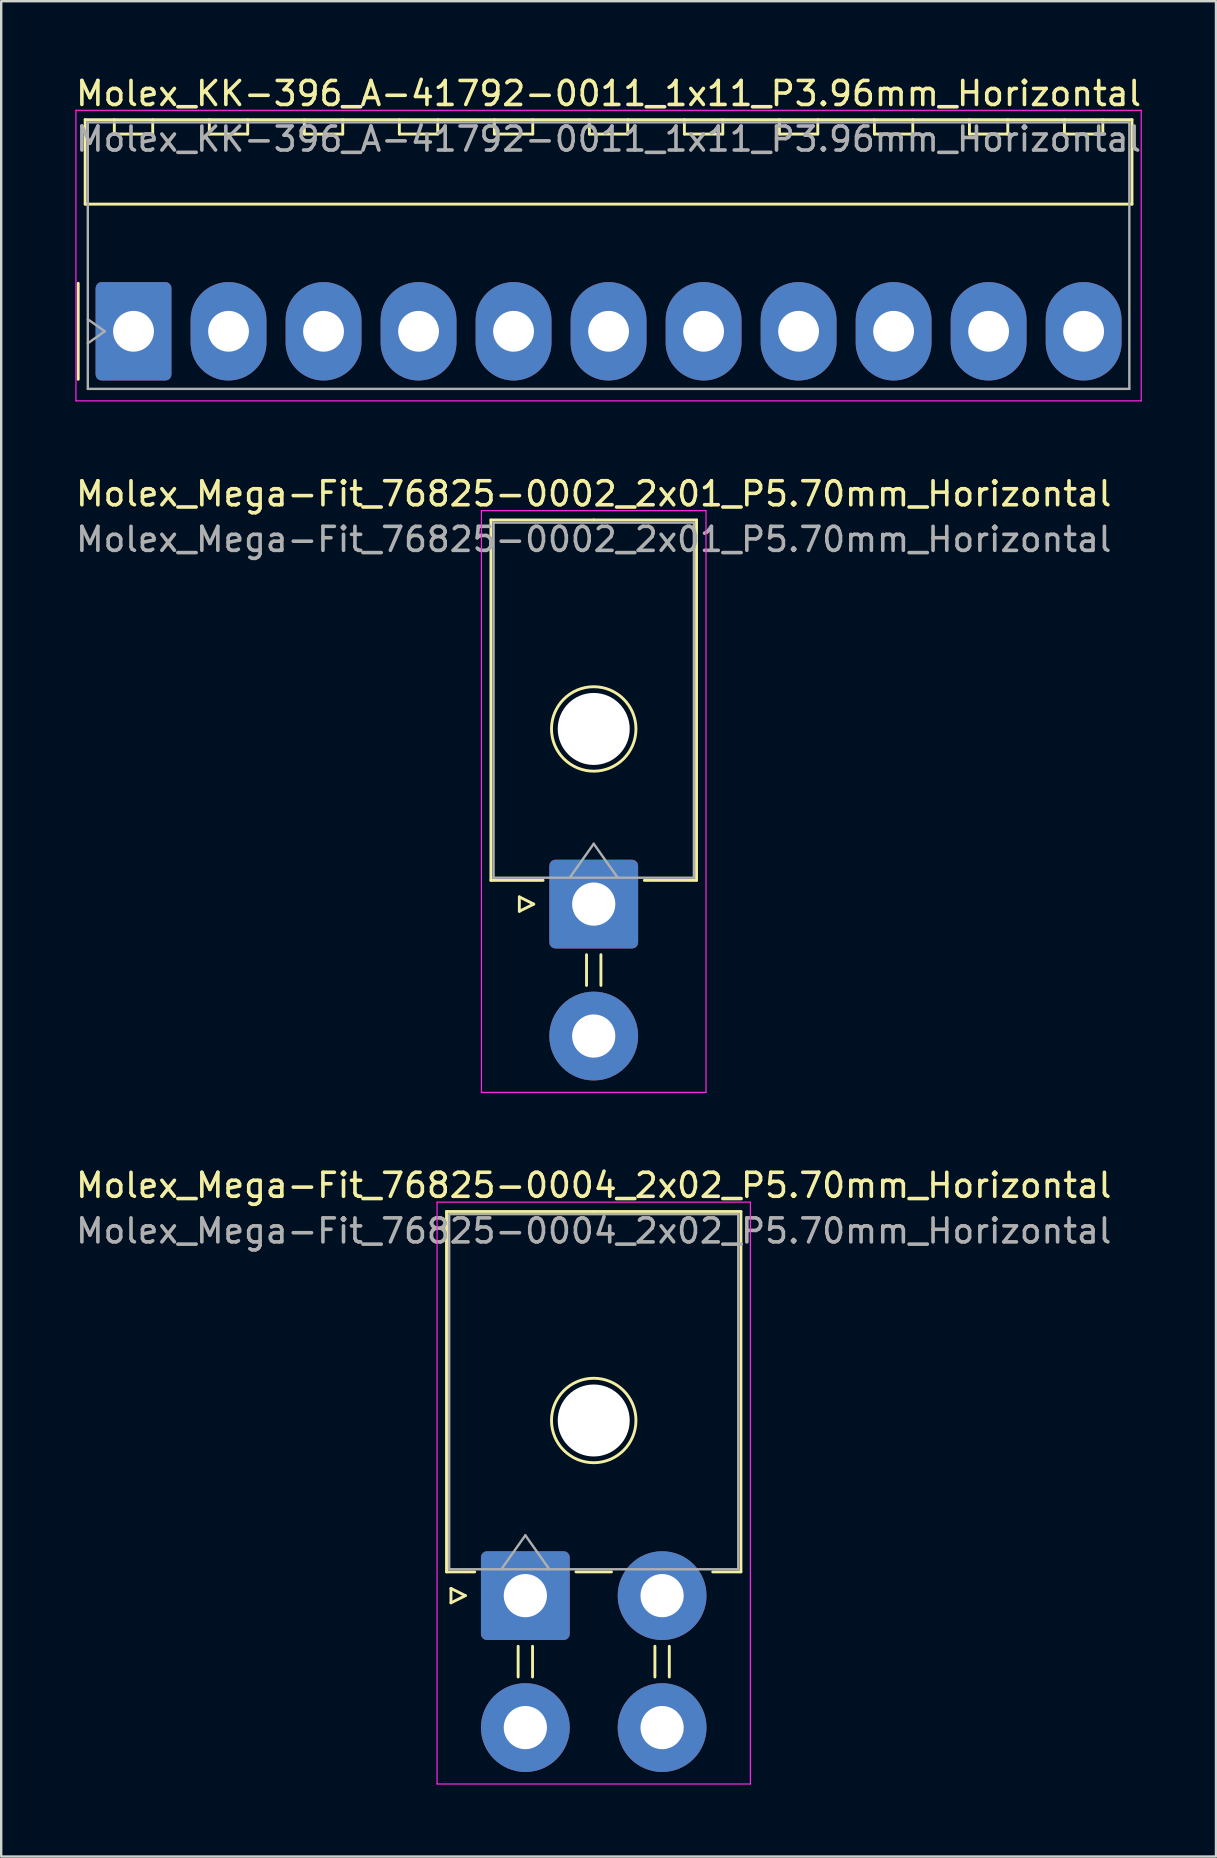
<source format=kicad_pcb>
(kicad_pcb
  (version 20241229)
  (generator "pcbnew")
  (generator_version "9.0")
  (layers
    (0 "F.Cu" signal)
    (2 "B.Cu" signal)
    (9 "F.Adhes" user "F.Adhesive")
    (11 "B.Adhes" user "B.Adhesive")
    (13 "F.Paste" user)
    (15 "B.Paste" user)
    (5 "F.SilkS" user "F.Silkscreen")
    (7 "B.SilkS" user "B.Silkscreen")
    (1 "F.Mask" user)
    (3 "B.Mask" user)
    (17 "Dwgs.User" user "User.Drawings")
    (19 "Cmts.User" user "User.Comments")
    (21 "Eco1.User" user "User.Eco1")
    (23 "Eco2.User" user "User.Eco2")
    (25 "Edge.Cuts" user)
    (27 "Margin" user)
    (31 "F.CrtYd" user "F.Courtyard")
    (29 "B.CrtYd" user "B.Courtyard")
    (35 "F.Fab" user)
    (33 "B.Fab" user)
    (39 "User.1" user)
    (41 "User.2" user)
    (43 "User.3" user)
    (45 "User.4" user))
  (footprint "Molex_Mega-Fit_76825-0002_2x01_P5.70mm_Horizontal"
    (layer "F.Cu")
    (at 21.696 34.632)
    (property "Reference" "Molex_Mega-Fit_76825-0002_2x01_P5.70mm_Horizontal" (at 0 -17.1 0) (layer "F.SilkS") (effects (font (size 1 1) (thickness 0.15))))
    (attr through_hole)
    (fp_line (start -4.285 -16.01) (end -4.285 -0.99) (stroke (width 0.12) (type solid)) (layer "F.SilkS"))
    (fp_line (start -4.285 -0.99) (end -2.11 -0.99) (stroke (width 0.12) (type solid)) (layer "F.SilkS"))
    (fp_line (start -3.1 -0.3) (end -2.5 0) (stroke (width 0.12) (type solid)) (layer "F.SilkS"))
    (fp_line (start -3.1 0.3) (end -3.1 -0.3) (stroke (width 0.12) (type solid)) (layer "F.SilkS"))
    (fp_line (start -2.5 0) (end -3.1 0.3) (stroke (width 0.12) (type solid)) (layer "F.SilkS"))
    (fp_line (start -0.3 2.11) (end -0.3 3.39) (stroke (width 0.12) (type solid)) (layer "F.SilkS"))
    (fp_line (start 0 -16.01) (end -4.285 -16.01) (stroke (width 0.12) (type solid)) (layer "F.SilkS"))
    (fp_line (start 0 -16.01) (end 4.285 -16.01) (stroke (width 0.12) (type solid)) (layer "F.SilkS"))
    (fp_line (start 0.3 2.11) (end 0.3 3.39) (stroke (width 0.12) (type solid)) (layer "F.SilkS"))
    (fp_line (start 4.285 -16.01) (end 4.285 -0.99) (stroke (width 0.12) (type solid)) (layer "F.SilkS"))
    (fp_line (start 4.285 -0.99) (end 2.11 -0.99) (stroke (width 0.12) (type solid)) (layer "F.SilkS"))
    (fp_circle (center 0 -7.3) (end 1.76 -7.3) (stroke (width 0.12) (type solid)) (fill no) (layer "F.SilkS"))
    (fp_line (start -4.68 -16.4) (end -4.68 7.85) (stroke (width 0.05) (type solid)) (layer "F.CrtYd"))
    (fp_line (start -4.68 7.85) (end 4.68 7.85) (stroke (width 0.05) (type solid)) (layer "F.CrtYd"))
    (fp_line (start 4.68 -16.4) (end -4.68 -16.4) (stroke (width 0.05) (type solid)) (layer "F.CrtYd"))
    (fp_line (start 4.68 7.85) (end 4.68 -16.4) (stroke (width 0.05) (type solid)) (layer "F.CrtYd"))
    (fp_line (start -4.175 -15.9) (end -4.175 -1.1) (stroke (width 0.1) (type solid)) (layer "F.Fab"))
    (fp_line (start -4.175 -1.1) (end 4.175 -1.1) (stroke (width 0.1) (type solid)) (layer "F.Fab"))
    (fp_line (start -1 -1.1) (end 0 -2.514) (stroke (width 0.1) (type solid)) (layer "F.Fab"))
    (fp_line (start 0 -2.514) (end 1 -1.1) (stroke (width 0.1) (type solid)) (layer "F.Fab"))
    (fp_line (start 4.175 -15.9) (end -4.175 -15.9) (stroke (width 0.1) (type solid)) (layer "F.Fab"))
    (fp_line (start 4.175 -1.1) (end 4.175 -15.9) (stroke (width 0.1) (type solid)) (layer "F.Fab"))
    (fp_text user "${REFERENCE}" (at 0 -15.2 0) (layer "F.Fab") (effects (font (size 1 1) (thickness 0.15))))
    (pad "" np_thru_hole circle (at 0 -7.3) (size 3 3) (drill 3) (layers "*.Cu" "*.Mask"))
    (pad "1" thru_hole roundrect (at 0 0) (size 3.7 3.7) (drill 1.8) (layers "*.Cu" "*.Mask") (roundrect_rratio 0.068))
    (pad "2" thru_hole circle (at 0 5.5) (size 3.7 3.7) (drill 1.8) (layers "*.Cu" "*.Mask")))
  (footprint "Molex_Mega-Fit_76825-0004_2x02_P5.70mm_Horizontal"
    (layer "F.Cu")
    (at 18.846 63.455)
    (property "Reference" "Molex_Mega-Fit_76825-0004_2x02_P5.70mm_Horizontal" (at 2.85 -17.1 0) (layer "F.SilkS") (effects (font (size 1 1) (thickness 0.15))))
    (attr through_hole)
    (fp_line (start -3.285 -16.01) (end -3.285 -0.99) (stroke (width 0.12) (type solid)) (layer "F.SilkS"))
    (fp_line (start -3.285 -0.99) (end -2.11 -0.99) (stroke (width 0.12) (type solid)) (layer "F.SilkS"))
    (fp_line (start -3.1 -0.3) (end -2.5 0) (stroke (width 0.12) (type solid)) (layer "F.SilkS"))
    (fp_line (start -3.1 0.3) (end -3.1 -0.3) (stroke (width 0.12) (type solid)) (layer "F.SilkS"))
    (fp_line (start -2.5 0) (end -3.1 0.3) (stroke (width 0.12) (type solid)) (layer "F.SilkS"))
    (fp_line (start -0.3 2.11) (end -0.3 3.39) (stroke (width 0.12) (type solid)) (layer "F.SilkS"))
    (fp_line (start 0.3 2.11) (end 0.3 3.39) (stroke (width 0.12) (type solid)) (layer "F.SilkS"))
    (fp_line (start 2.11 -0.99) (end 3.59 -0.99) (stroke (width 0.12) (type solid)) (layer "F.SilkS"))
    (fp_line (start 2.85 -16.01) (end -3.285 -16.01) (stroke (width 0.12) (type solid)) (layer "F.SilkS"))
    (fp_line (start 2.85 -16.01) (end 8.985 -16.01) (stroke (width 0.12) (type solid)) (layer "F.SilkS"))
    (fp_line (start 5.4 2.11) (end 5.4 3.39) (stroke (width 0.12) (type solid)) (layer "F.SilkS"))
    (fp_line (start 6 2.11) (end 6 3.39) (stroke (width 0.12) (type solid)) (layer "F.SilkS"))
    (fp_line (start 8.985 -16.01) (end 8.985 -0.99) (stroke (width 0.12) (type solid)) (layer "F.SilkS"))
    (fp_line (start 8.985 -0.99) (end 7.81 -0.99) (stroke (width 0.12) (type solid)) (layer "F.SilkS"))
    (fp_circle (center 2.85 -7.3) (end 4.61 -7.3) (stroke (width 0.12) (type solid)) (fill no) (layer "F.SilkS"))
    (fp_line (start -3.68 -16.4) (end -3.68 7.85) (stroke (width 0.05) (type solid)) (layer "F.CrtYd"))
    (fp_line (start -3.68 7.85) (end 9.38 7.85) (stroke (width 0.05) (type solid)) (layer "F.CrtYd"))
    (fp_line (start 9.38 -16.4) (end -3.68 -16.4) (stroke (width 0.05) (type solid)) (layer "F.CrtYd"))
    (fp_line (start 9.38 7.85) (end 9.38 -16.4) (stroke (width 0.05) (type solid)) (layer "F.CrtYd"))
    (fp_line (start -3.175 -15.9) (end -3.175 -1.1) (stroke (width 0.1) (type solid)) (layer "F.Fab"))
    (fp_line (start -3.175 -1.1) (end 8.875 -1.1) (stroke (width 0.1) (type solid)) (layer "F.Fab"))
    (fp_line (start -1 -1.1) (end 0 -2.514) (stroke (width 0.1) (type solid)) (layer "F.Fab"))
    (fp_line (start 0 -2.514) (end 1 -1.1) (stroke (width 0.1) (type solid)) (layer "F.Fab"))
    (fp_line (start 8.875 -15.9) (end -3.175 -15.9) (stroke (width 0.1) (type solid)) (layer "F.Fab"))
    (fp_line (start 8.875 -1.1) (end 8.875 -15.9) (stroke (width 0.1) (type solid)) (layer "F.Fab"))
    (fp_text user "${REFERENCE}" (at 2.85 -15.2 0) (layer "F.Fab") (effects (font (size 1 1) (thickness 0.15))))
    (pad "" np_thru_hole circle (at 2.85 -7.3) (size 3 3) (drill 3) (layers "*.Cu" "*.Mask"))
    (pad "1" thru_hole roundrect (at 0 0) (size 3.7 3.7) (drill 1.8) (layers "*.Cu" "*.Mask") (roundrect_rratio 0.068))
    (pad "2" thru_hole circle (at 5.7 0) (size 3.7 3.7) (drill 1.8) (layers "*.Cu" "*.Mask"))
    (pad "3" thru_hole circle (at 0 5.5) (size 3.7 3.7) (drill 1.8) (layers "*.Cu" "*.Mask"))
    (pad "4" thru_hole circle (at 5.7 5.5) (size 3.7 3.7) (drill 1.8) (layers "*.Cu" "*.Mask")))
  (footprint "Molex_KK-396_A-41792-0011_1x11_P3.96mm_Horizontal"
    (layer "F.Cu")
    (at 2.515 10.758)
    (property "Reference" "Molex_KK-396_A-41792-0011_1x11_P3.96mm_Horizontal" (at 19.8 -9.91 0) (layer "F.SilkS") (effects (font (size 1 1) (thickness 0.15))))
    (attr through_hole)
    (fp_line (start -2.305 -2) (end -2.305 2) (stroke (width 0.12) (type solid)) (layer "F.SilkS"))
    (fp_line (start -2.015 -8.82) (end 41.615 -8.82) (stroke (width 0.12) (type solid)) (layer "F.SilkS"))
    (fp_line (start -2.015 -5.3) (end -2.015 -8.82) (stroke (width 0.12) (type solid)) (layer "F.SilkS"))
    (fp_line (start -0.8 -8.82) (end -0.8 -8.22) (stroke (width 0.12) (type solid)) (layer "F.SilkS"))
    (fp_line (start -0.8 -8.22) (end 0.8 -8.22) (stroke (width 0.12) (type solid)) (layer "F.SilkS"))
    (fp_line (start 0.8 -8.22) (end 0.8 -8.82) (stroke (width 0.12) (type solid)) (layer "F.SilkS"))
    (fp_line (start 3.16 -8.82) (end 3.16 -8.22) (stroke (width 0.12) (type solid)) (layer "F.SilkS"))
    (fp_line (start 3.16 -8.22) (end 4.76 -8.22) (stroke (width 0.12) (type solid)) (layer "F.SilkS"))
    (fp_line (start 4.76 -8.22) (end 4.76 -8.82) (stroke (width 0.12) (type solid)) (layer "F.SilkS"))
    (fp_line (start 7.12 -8.82) (end 7.12 -8.22) (stroke (width 0.12) (type solid)) (layer "F.SilkS"))
    (fp_line (start 7.12 -8.22) (end 8.72 -8.22) (stroke (width 0.12) (type solid)) (layer "F.SilkS"))
    (fp_line (start 8.72 -8.22) (end 8.72 -8.82) (stroke (width 0.12) (type solid)) (layer "F.SilkS"))
    (fp_line (start 11.08 -8.82) (end 11.08 -8.22) (stroke (width 0.12) (type solid)) (layer "F.SilkS"))
    (fp_line (start 11.08 -8.22) (end 12.68 -8.22) (stroke (width 0.12) (type solid)) (layer "F.SilkS"))
    (fp_line (start 12.68 -8.22) (end 12.68 -8.82) (stroke (width 0.12) (type solid)) (layer "F.SilkS"))
    (fp_line (start 15.04 -8.82) (end 15.04 -8.22) (stroke (width 0.12) (type solid)) (layer "F.SilkS"))
    (fp_line (start 15.04 -8.22) (end 16.64 -8.22) (stroke (width 0.12) (type solid)) (layer "F.SilkS"))
    (fp_line (start 16.64 -8.22) (end 16.64 -8.82) (stroke (width 0.12) (type solid)) (layer "F.SilkS"))
    (fp_line (start 19 -8.82) (end 19 -8.22) (stroke (width 0.12) (type solid)) (layer "F.SilkS"))
    (fp_line (start 19 -8.22) (end 20.6 -8.22) (stroke (width 0.12) (type solid)) (layer "F.SilkS"))
    (fp_line (start 20.6 -8.22) (end 20.6 -8.82) (stroke (width 0.12) (type solid)) (layer "F.SilkS"))
    (fp_line (start 22.96 -8.82) (end 22.96 -8.22) (stroke (width 0.12) (type solid)) (layer "F.SilkS"))
    (fp_line (start 22.96 -8.22) (end 24.56 -8.22) (stroke (width 0.12) (type solid)) (layer "F.SilkS"))
    (fp_line (start 24.56 -8.22) (end 24.56 -8.82) (stroke (width 0.12) (type solid)) (layer "F.SilkS"))
    (fp_line (start 26.92 -8.82) (end 26.92 -8.22) (stroke (width 0.12) (type solid)) (layer "F.SilkS"))
    (fp_line (start 26.92 -8.22) (end 28.52 -8.22) (stroke (width 0.12) (type solid)) (layer "F.SilkS"))
    (fp_line (start 28.52 -8.22) (end 28.52 -8.82) (stroke (width 0.12) (type solid)) (layer "F.SilkS"))
    (fp_line (start 30.88 -8.82) (end 30.88 -8.22) (stroke (width 0.12) (type solid)) (layer "F.SilkS"))
    (fp_line (start 30.88 -8.22) (end 32.48 -8.22) (stroke (width 0.12) (type solid)) (layer "F.SilkS"))
    (fp_line (start 32.48 -8.22) (end 32.48 -8.82) (stroke (width 0.12) (type solid)) (layer "F.SilkS"))
    (fp_line (start 34.84 -8.82) (end 34.84 -8.22) (stroke (width 0.12) (type solid)) (layer "F.SilkS"))
    (fp_line (start 34.84 -8.22) (end 36.44 -8.22) (stroke (width 0.12) (type solid)) (layer "F.SilkS"))
    (fp_line (start 36.44 -8.22) (end 36.44 -8.82) (stroke (width 0.12) (type solid)) (layer "F.SilkS"))
    (fp_line (start 38.8 -8.82) (end 38.8 -8.22) (stroke (width 0.12) (type solid)) (layer "F.SilkS"))
    (fp_line (start 38.8 -8.22) (end 40.4 -8.22) (stroke (width 0.12) (type solid)) (layer "F.SilkS"))
    (fp_line (start 40.4 -8.22) (end 40.4 -8.82) (stroke (width 0.12) (type solid)) (layer "F.SilkS"))
    (fp_line (start 41.615 -8.82) (end 41.615 -5.3) (stroke (width 0.12) (type solid)) (layer "F.SilkS"))
    (fp_line (start 41.615 -5.3) (end -2.015 -5.3) (stroke (width 0.12) (type solid)) (layer "F.SilkS"))
    (fp_line (start -2.4 -9.21) (end -2.4 2.9) (stroke (width 0.05) (type solid)) (layer "F.CrtYd"))
    (fp_line (start -2.4 2.9) (end 42 2.9) (stroke (width 0.05) (type solid)) (layer "F.CrtYd"))
    (fp_line (start 42 -9.21) (end -2.4 -9.21) (stroke (width 0.05) (type solid)) (layer "F.CrtYd"))
    (fp_line (start 42 2.9) (end 42 -9.21) (stroke (width 0.05) (type solid)) (layer "F.CrtYd"))
    (fp_line (start -1.905 -8.71) (end 41.505 -8.71) (stroke (width 0.1) (type solid)) (layer "F.Fab"))
    (fp_line (start -1.905 -0.5) (end -1.198 0) (stroke (width 0.1) (type solid)) (layer "F.Fab"))
    (fp_line (start -1.905 2.4) (end -1.905 -8.71) (stroke (width 0.1) (type solid)) (layer "F.Fab"))
    (fp_line (start -1.198 0) (end -1.905 0.5) (stroke (width 0.1) (type solid)) (layer "F.Fab"))
    (fp_line (start 41.505 -8.71) (end 41.505 2.4) (stroke (width 0.1) (type solid)) (layer "F.Fab"))
    (fp_line (start 41.505 2.4) (end -1.905 2.4) (stroke (width 0.1) (type solid)) (layer "F.Fab"))
    (fp_text user "${REFERENCE}" (at 19.8 -8.01 0) (layer "F.Fab") (effects (font (size 1 1) (thickness 0.15))))
    (pad "1" thru_hole roundrect (at 0 0) (size 3.16 4.1) (drill 1.7) (layers "*.Cu" "*.Mask") (roundrect_rratio 0.079))
    (pad "2" thru_hole oval (at 3.96 0) (size 3.16 4.1) (drill 1.7) (layers "*.Cu" "*.Mask"))
    (pad "3" thru_hole oval (at 7.92 0) (size 3.16 4.1) (drill 1.7) (layers "*.Cu" "*.Mask"))
    (pad "4" thru_hole oval (at 11.88 0) (size 3.16 4.1) (drill 1.7) (layers "*.Cu" "*.Mask"))
    (pad "5" thru_hole oval (at 15.84 0) (size 3.16 4.1) (drill 1.7) (layers "*.Cu" "*.Mask"))
    (pad "6" thru_hole oval (at 19.8 0) (size 3.16 4.1) (drill 1.7) (layers "*.Cu" "*.Mask"))
    (pad "7" thru_hole oval (at 23.76 0) (size 3.16 4.1) (drill 1.7) (layers "*.Cu" "*.Mask"))
    (pad "8" thru_hole oval (at 27.72 0) (size 3.16 4.1) (drill 1.7) (layers "*.Cu" "*.Mask"))
    (pad "9" thru_hole oval (at 31.68 0) (size 3.16 4.1) (drill 1.7) (layers "*.Cu" "*.Mask"))
    (pad "10" thru_hole oval (at 35.64 0) (size 3.16 4.1) (drill 1.7) (layers "*.Cu" "*.Mask"))
    (pad "11" thru_hole oval (at 39.6 0) (size 3.16 4.1) (drill 1.7) (layers "*.Cu" "*.Mask")))
  (gr_rect
    (start -3 -3)
    (end 47.631 74.33)
    (stroke (width 0.1) (type default))
    (fill no)
    (layer "Edge.Cuts")))
</source>
